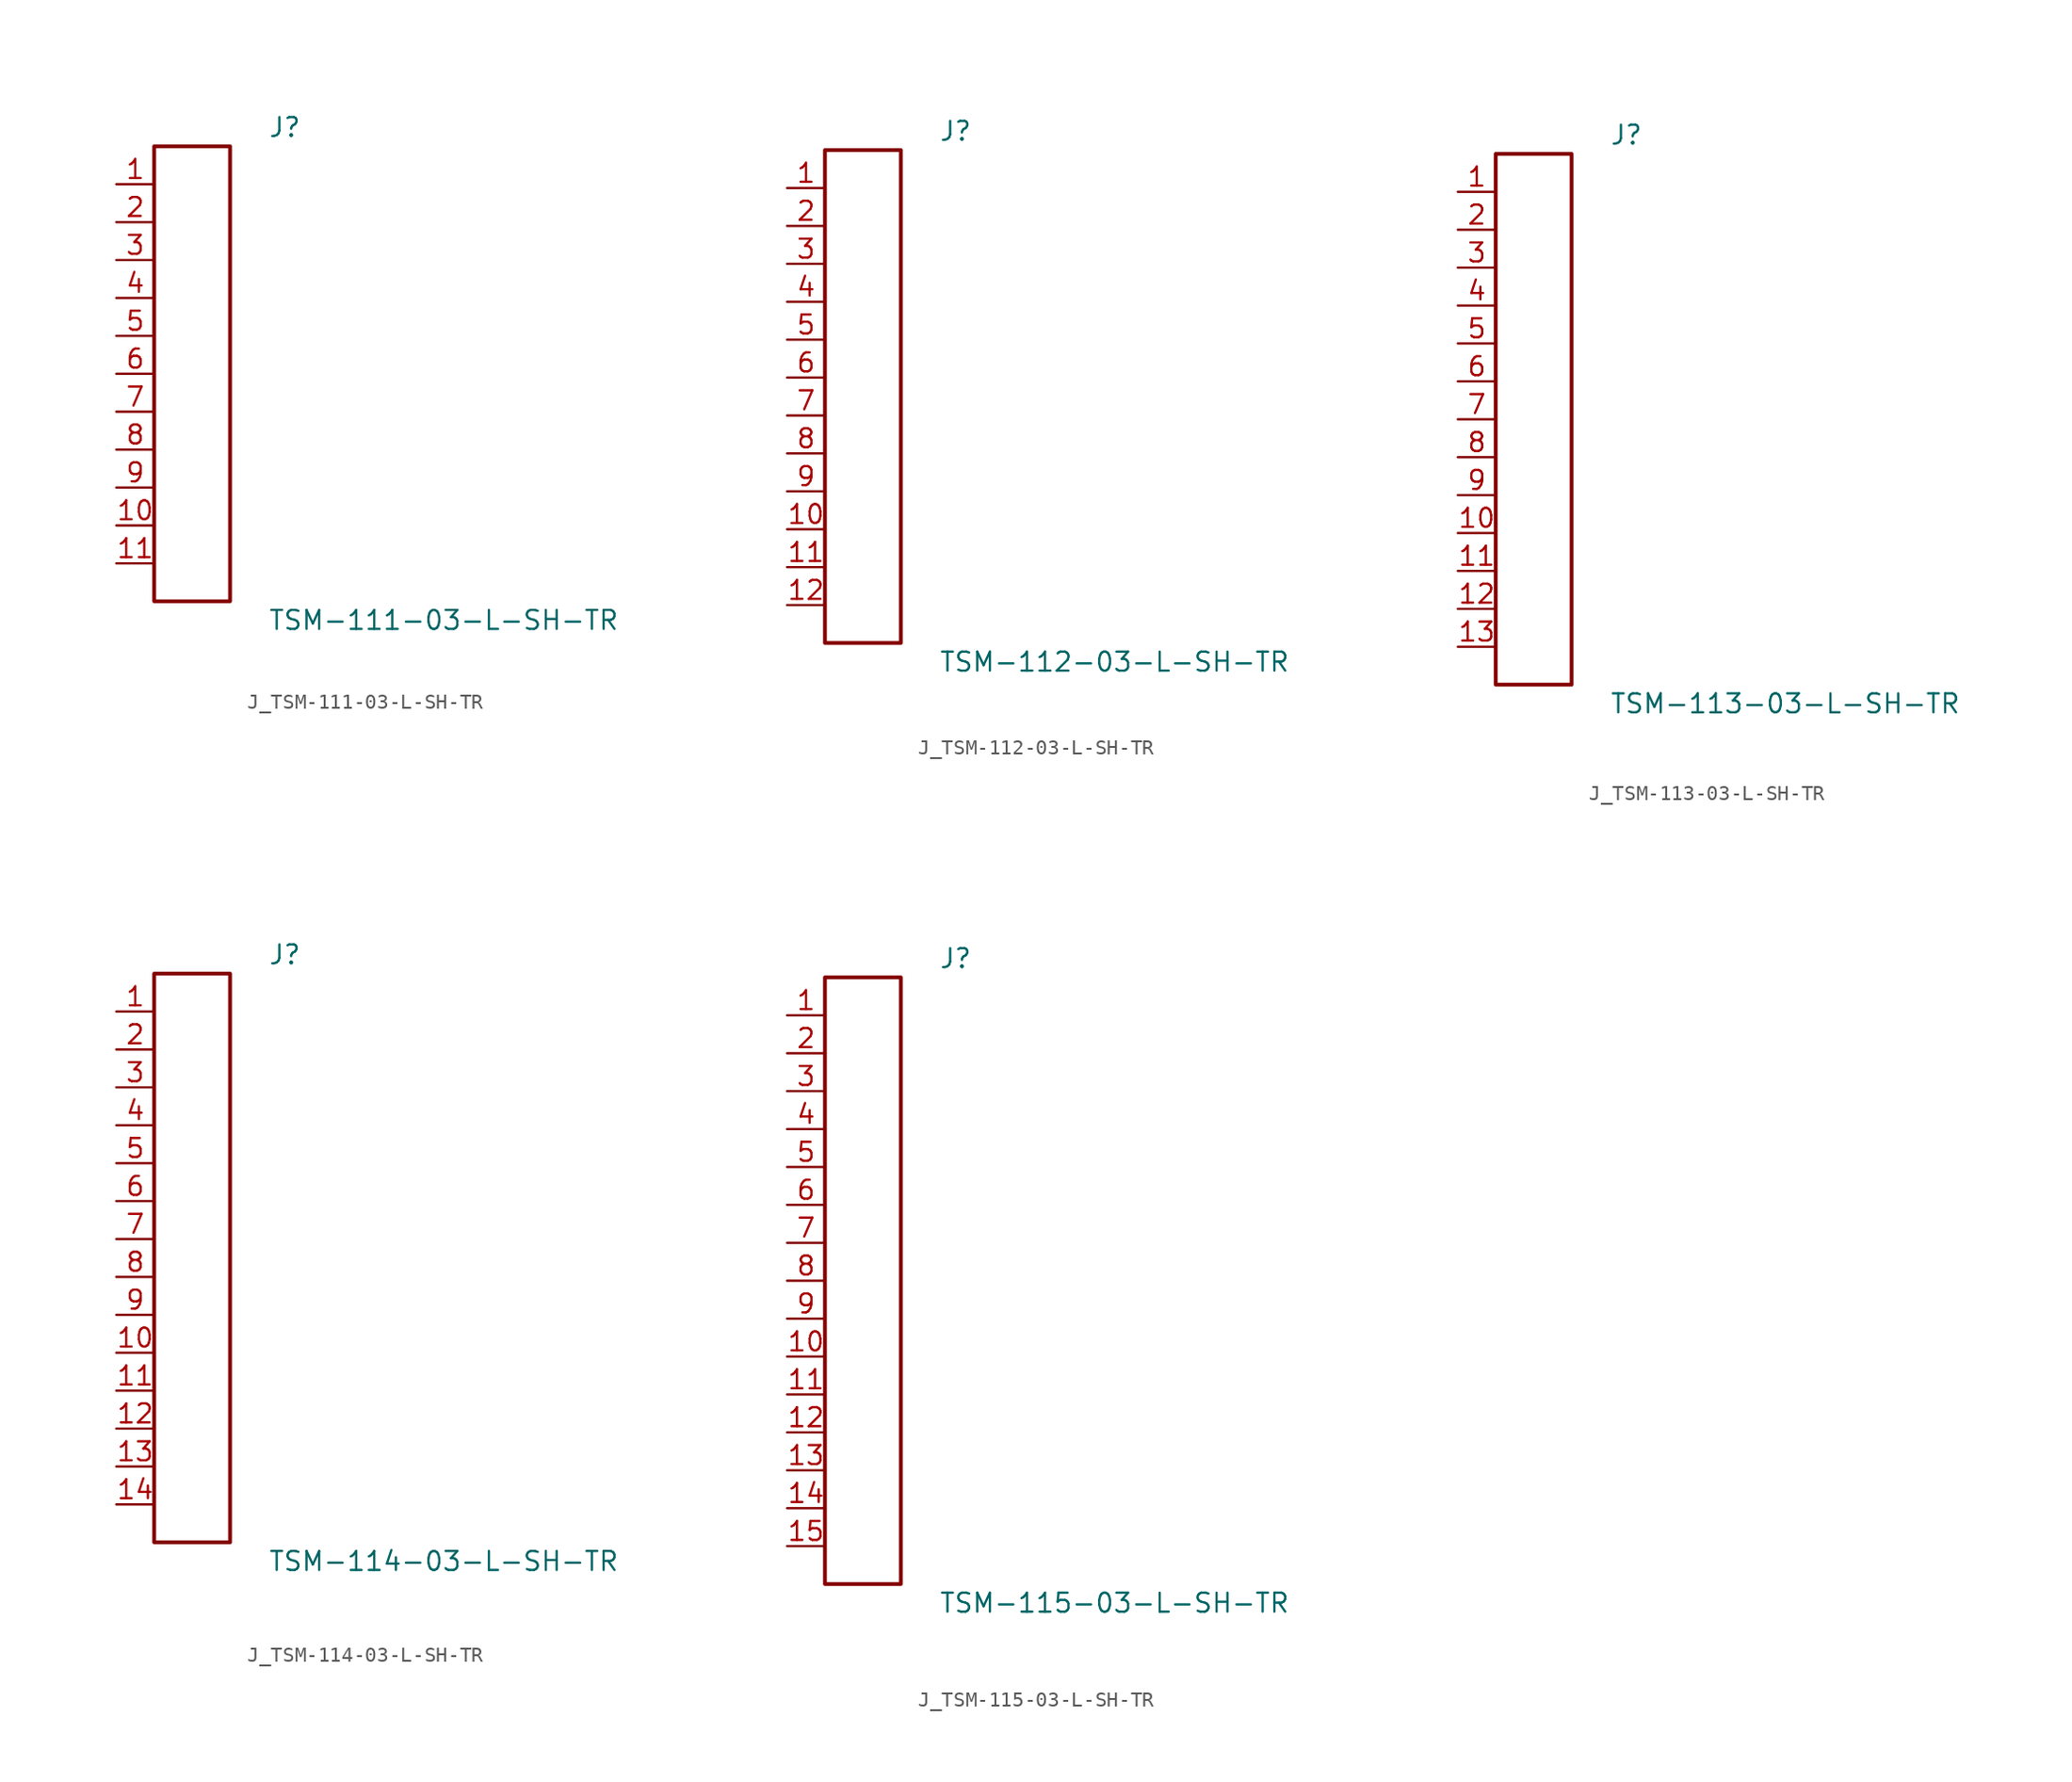
<source format=kicad_sym>
(kicad_symbol_lib
  (version 20231120)
  (generator kicad_symbol_editor)
  (generator_version 8.0)
  (symbol "J_TSM-111-03-L-SH-TR"
    (pin_names
      (offset 0.254))
    (property "Reference" "J"
      (at 5.08 16.51 0)
      (effects (font (size 1.27 1.27)) (justify left)))
    (property "Value" "TSM-111-03-L-SH-TR"
      (at 5.08 -16.51 0)
      (effects (font (size 1.27 1.27)) (justify left)))
    (symbol "J_TSM-111-03-L-SH-TR_0_0"
      (pin unspecified line (at -5.08 12.7 0) (length 2.54) (name "" (effects (font (size 1.27 1.27)))) (number "1" (effects (font (size 1.27 1.27)))))
      (pin unspecified line (at -5.08 10.16 0) (length 2.54) (name "" (effects (font (size 1.27 1.27)))) (number "2" (effects (font (size 1.27 1.27)))))
      (pin unspecified line (at -5.08 7.62 0) (length 2.54) (name "" (effects (font (size 1.27 1.27)))) (number "3" (effects (font (size 1.27 1.27)))))
      (pin unspecified line (at -5.08 5.08 0) (length 2.54) (name "" (effects (font (size 1.27 1.27)))) (number "4" (effects (font (size 1.27 1.27)))))
      (pin unspecified line (at -5.08 2.54 0) (length 2.54) (name "" (effects (font (size 1.27 1.27)))) (number "5" (effects (font (size 1.27 1.27)))))
      (pin unspecified line (at -5.08 0.0 0) (length 2.54) (name "" (effects (font (size 1.27 1.27)))) (number "6" (effects (font (size 1.27 1.27)))))
      (pin unspecified line (at -5.08 -2.54 0) (length 2.54) (name "" (effects (font (size 1.27 1.27)))) (number "7" (effects (font (size 1.27 1.27)))))
      (pin unspecified line (at -5.08 -5.08 0) (length 2.54) (name "" (effects (font (size 1.27 1.27)))) (number "8" (effects (font (size 1.27 1.27)))))
      (pin unspecified line (at -5.08 -7.62 0) (length 2.54) (name "" (effects (font (size 1.27 1.27)))) (number "9" (effects (font (size 1.27 1.27)))))
      (pin unspecified line (at -5.08 -10.16 0) (length 2.54) (name "" (effects (font (size 1.27 1.27)))) (number "10" (effects (font (size 1.27 1.27)))))
      (pin unspecified line (at -5.08 -12.7 0) (length 2.54) (name "" (effects (font (size 1.27 1.27)))) (number "11" (effects (font (size 1.27 1.27))))))
    (symbol "J_TSM-111-03-L-SH-TR_1_0"
      (rectangle (start -2.54 15.24) (end 2.54 -15.24) (stroke (width 0.254) (type solid)) (fill (type none)))))
  (symbol "J_TSM-112-03-L-SH-TR"
    (pin_names
      (offset 0.254))
    (property "Reference" "J"
      (at 5.08 17.78 0)
      (effects (font (size 1.27 1.27)) (justify left)))
    (property "Value" "TSM-112-03-L-SH-TR"
      (at 5.08 -17.78 0)
      (effects (font (size 1.27 1.27)) (justify left)))
    (symbol "J_TSM-112-03-L-SH-TR_0_0"
      (pin unspecified line (at -5.08 13.97 0) (length 2.54) (name "" (effects (font (size 1.27 1.27)))) (number "1" (effects (font (size 1.27 1.27)))))
      (pin unspecified line (at -5.08 11.43 0) (length 2.54) (name "" (effects (font (size 1.27 1.27)))) (number "2" (effects (font (size 1.27 1.27)))))
      (pin unspecified line (at -5.08 8.89 0) (length 2.54) (name "" (effects (font (size 1.27 1.27)))) (number "3" (effects (font (size 1.27 1.27)))))
      (pin unspecified line (at -5.08 6.35 0) (length 2.54) (name "" (effects (font (size 1.27 1.27)))) (number "4" (effects (font (size 1.27 1.27)))))
      (pin unspecified line (at -5.08 3.81 0) (length 2.54) (name "" (effects (font (size 1.27 1.27)))) (number "5" (effects (font (size 1.27 1.27)))))
      (pin unspecified line (at -5.08 1.27 0) (length 2.54) (name "" (effects (font (size 1.27 1.27)))) (number "6" (effects (font (size 1.27 1.27)))))
      (pin unspecified line (at -5.08 -1.27 0) (length 2.54) (name "" (effects (font (size 1.27 1.27)))) (number "7" (effects (font (size 1.27 1.27)))))
      (pin unspecified line (at -5.08 -3.81 0) (length 2.54) (name "" (effects (font (size 1.27 1.27)))) (number "8" (effects (font (size 1.27 1.27)))))
      (pin unspecified line (at -5.08 -6.35 0) (length 2.54) (name "" (effects (font (size 1.27 1.27)))) (number "9" (effects (font (size 1.27 1.27)))))
      (pin unspecified line (at -5.08 -8.89 0) (length 2.54) (name "" (effects (font (size 1.27 1.27)))) (number "10" (effects (font (size 1.27 1.27)))))
      (pin unspecified line (at -5.08 -11.43 0) (length 2.54) (name "" (effects (font (size 1.27 1.27)))) (number "11" (effects (font (size 1.27 1.27)))))
      (pin unspecified line (at -5.08 -13.97 0) (length 2.54) (name "" (effects (font (size 1.27 1.27)))) (number "12" (effects (font (size 1.27 1.27))))))
    (symbol "J_TSM-112-03-L-SH-TR_1_0"
      (rectangle (start -2.54 16.51) (end 2.54 -16.51) (stroke (width 0.254) (type solid)) (fill (type none)))))
  (symbol "J_TSM-113-03-L-SH-TR"
    (pin_names
      (offset 0.254))
    (property "Reference" "J"
      (at 5.08 19.05 0)
      (effects (font (size 1.27 1.27)) (justify left)))
    (property "Value" "TSM-113-03-L-SH-TR"
      (at 5.08 -19.05 0)
      (effects (font (size 1.27 1.27)) (justify left)))
    (symbol "J_TSM-113-03-L-SH-TR_0_0"
      (pin unspecified line (at -5.08 15.24 0) (length 2.54) (name "" (effects (font (size 1.27 1.27)))) (number "1" (effects (font (size 1.27 1.27)))))
      (pin unspecified line (at -5.08 12.7 0) (length 2.54) (name "" (effects (font (size 1.27 1.27)))) (number "2" (effects (font (size 1.27 1.27)))))
      (pin unspecified line (at -5.08 10.16 0) (length 2.54) (name "" (effects (font (size 1.27 1.27)))) (number "3" (effects (font (size 1.27 1.27)))))
      (pin unspecified line (at -5.08 7.62 0) (length 2.54) (name "" (effects (font (size 1.27 1.27)))) (number "4" (effects (font (size 1.27 1.27)))))
      (pin unspecified line (at -5.08 5.08 0) (length 2.54) (name "" (effects (font (size 1.27 1.27)))) (number "5" (effects (font (size 1.27 1.27)))))
      (pin unspecified line (at -5.08 2.54 0) (length 2.54) (name "" (effects (font (size 1.27 1.27)))) (number "6" (effects (font (size 1.27 1.27)))))
      (pin unspecified line (at -5.08 0.0 0) (length 2.54) (name "" (effects (font (size 1.27 1.27)))) (number "7" (effects (font (size 1.27 1.27)))))
      (pin unspecified line (at -5.08 -2.54 0) (length 2.54) (name "" (effects (font (size 1.27 1.27)))) (number "8" (effects (font (size 1.27 1.27)))))
      (pin unspecified line (at -5.08 -5.08 0) (length 2.54) (name "" (effects (font (size 1.27 1.27)))) (number "9" (effects (font (size 1.27 1.27)))))
      (pin unspecified line (at -5.08 -7.62 0) (length 2.54) (name "" (effects (font (size 1.27 1.27)))) (number "10" (effects (font (size 1.27 1.27)))))
      (pin unspecified line (at -5.08 -10.16 0) (length 2.54) (name "" (effects (font (size 1.27 1.27)))) (number "11" (effects (font (size 1.27 1.27)))))
      (pin unspecified line (at -5.08 -12.7 0) (length 2.54) (name "" (effects (font (size 1.27 1.27)))) (number "12" (effects (font (size 1.27 1.27)))))
      (pin unspecified line (at -5.08 -15.24 0) (length 2.54) (name "" (effects (font (size 1.27 1.27)))) (number "13" (effects (font (size 1.27 1.27))))))
    (symbol "J_TSM-113-03-L-SH-TR_1_0"
      (rectangle (start -2.54 17.78) (end 2.54 -17.78) (stroke (width 0.254) (type solid)) (fill (type none)))))
  (symbol "J_TSM-114-03-L-SH-TR"
    (pin_names
      (offset 0.254))
    (property "Reference" "J"
      (at 5.08 20.32 0)
      (effects (font (size 1.27 1.27)) (justify left)))
    (property "Value" "TSM-114-03-L-SH-TR"
      (at 5.08 -20.32 0)
      (effects (font (size 1.27 1.27)) (justify left)))
    (symbol "J_TSM-114-03-L-SH-TR_0_0"
      (pin unspecified line (at -5.08 16.51 0) (length 2.54) (name "" (effects (font (size 1.27 1.27)))) (number "1" (effects (font (size 1.27 1.27)))))
      (pin unspecified line (at -5.08 13.97 0) (length 2.54) (name "" (effects (font (size 1.27 1.27)))) (number "2" (effects (font (size 1.27 1.27)))))
      (pin unspecified line (at -5.08 11.43 0) (length 2.54) (name "" (effects (font (size 1.27 1.27)))) (number "3" (effects (font (size 1.27 1.27)))))
      (pin unspecified line (at -5.08 8.89 0) (length 2.54) (name "" (effects (font (size 1.27 1.27)))) (number "4" (effects (font (size 1.27 1.27)))))
      (pin unspecified line (at -5.08 6.35 0) (length 2.54) (name "" (effects (font (size 1.27 1.27)))) (number "5" (effects (font (size 1.27 1.27)))))
      (pin unspecified line (at -5.08 3.81 0) (length 2.54) (name "" (effects (font (size 1.27 1.27)))) (number "6" (effects (font (size 1.27 1.27)))))
      (pin unspecified line (at -5.08 1.27 0) (length 2.54) (name "" (effects (font (size 1.27 1.27)))) (number "7" (effects (font (size 1.27 1.27)))))
      (pin unspecified line (at -5.08 -1.27 0) (length 2.54) (name "" (effects (font (size 1.27 1.27)))) (number "8" (effects (font (size 1.27 1.27)))))
      (pin unspecified line (at -5.08 -3.81 0) (length 2.54) (name "" (effects (font (size 1.27 1.27)))) (number "9" (effects (font (size 1.27 1.27)))))
      (pin unspecified line (at -5.08 -6.35 0) (length 2.54) (name "" (effects (font (size 1.27 1.27)))) (number "10" (effects (font (size 1.27 1.27)))))
      (pin unspecified line (at -5.08 -8.89 0) (length 2.54) (name "" (effects (font (size 1.27 1.27)))) (number "11" (effects (font (size 1.27 1.27)))))
      (pin unspecified line (at -5.08 -11.43 0) (length 2.54) (name "" (effects (font (size 1.27 1.27)))) (number "12" (effects (font (size 1.27 1.27)))))
      (pin unspecified line (at -5.08 -13.97 0) (length 2.54) (name "" (effects (font (size 1.27 1.27)))) (number "13" (effects (font (size 1.27 1.27)))))
      (pin unspecified line (at -5.08 -16.51 0) (length 2.54) (name "" (effects (font (size 1.27 1.27)))) (number "14" (effects (font (size 1.27 1.27))))))
    (symbol "J_TSM-114-03-L-SH-TR_1_0"
      (rectangle (start -2.54 19.05) (end 2.54 -19.05) (stroke (width 0.254) (type solid)) (fill (type none)))))
  (symbol "J_TSM-115-03-L-SH-TR"
    (pin_names
      (offset 0.254))
    (property "Reference" "J"
      (at 5.08 21.59 0)
      (effects (font (size 1.27 1.27)) (justify left)))
    (property "Value" "TSM-115-03-L-SH-TR"
      (at 5.08 -21.59 0)
      (effects (font (size 1.27 1.27)) (justify left)))
    (symbol "J_TSM-115-03-L-SH-TR_0_0"
      (pin unspecified line (at -5.08 17.78 0) (length 2.54) (name "" (effects (font (size 1.27 1.27)))) (number "1" (effects (font (size 1.27 1.27)))))
      (pin unspecified line (at -5.08 15.24 0) (length 2.54) (name "" (effects (font (size 1.27 1.27)))) (number "2" (effects (font (size 1.27 1.27)))))
      (pin unspecified line (at -5.08 12.7 0) (length 2.54) (name "" (effects (font (size 1.27 1.27)))) (number "3" (effects (font (size 1.27 1.27)))))
      (pin unspecified line (at -5.08 10.16 0) (length 2.54) (name "" (effects (font (size 1.27 1.27)))) (number "4" (effects (font (size 1.27 1.27)))))
      (pin unspecified line (at -5.08 7.62 0) (length 2.54) (name "" (effects (font (size 1.27 1.27)))) (number "5" (effects (font (size 1.27 1.27)))))
      (pin unspecified line (at -5.08 5.08 0) (length 2.54) (name "" (effects (font (size 1.27 1.27)))) (number "6" (effects (font (size 1.27 1.27)))))
      (pin unspecified line (at -5.08 2.54 0) (length 2.54) (name "" (effects (font (size 1.27 1.27)))) (number "7" (effects (font (size 1.27 1.27)))))
      (pin unspecified line (at -5.08 0.0 0) (length 2.54) (name "" (effects (font (size 1.27 1.27)))) (number "8" (effects (font (size 1.27 1.27)))))
      (pin unspecified line (at -5.08 -2.54 0) (length 2.54) (name "" (effects (font (size 1.27 1.27)))) (number "9" (effects (font (size 1.27 1.27)))))
      (pin unspecified line (at -5.08 -5.08 0) (length 2.54) (name "" (effects (font (size 1.27 1.27)))) (number "10" (effects (font (size 1.27 1.27)))))
      (pin unspecified line (at -5.08 -7.62 0) (length 2.54) (name "" (effects (font (size 1.27 1.27)))) (number "11" (effects (font (size 1.27 1.27)))))
      (pin unspecified line (at -5.08 -10.16 0) (length 2.54) (name "" (effects (font (size 1.27 1.27)))) (number "12" (effects (font (size 1.27 1.27)))))
      (pin unspecified line (at -5.08 -12.7 0) (length 2.54) (name "" (effects (font (size 1.27 1.27)))) (number "13" (effects (font (size 1.27 1.27)))))
      (pin unspecified line (at -5.08 -15.24 0) (length 2.54) (name "" (effects (font (size 1.27 1.27)))) (number "14" (effects (font (size 1.27 1.27)))))
      (pin unspecified line (at -5.08 -17.78 0) (length 2.54) (name "" (effects (font (size 1.27 1.27)))) (number "15" (effects (font (size 1.27 1.27))))))
    (symbol "J_TSM-115-03-L-SH-TR_1_0"
      (rectangle (start -2.54 20.32) (end 2.54 -20.32) (stroke (width 0.254) (type solid)) (fill (type none))))))
</source>
